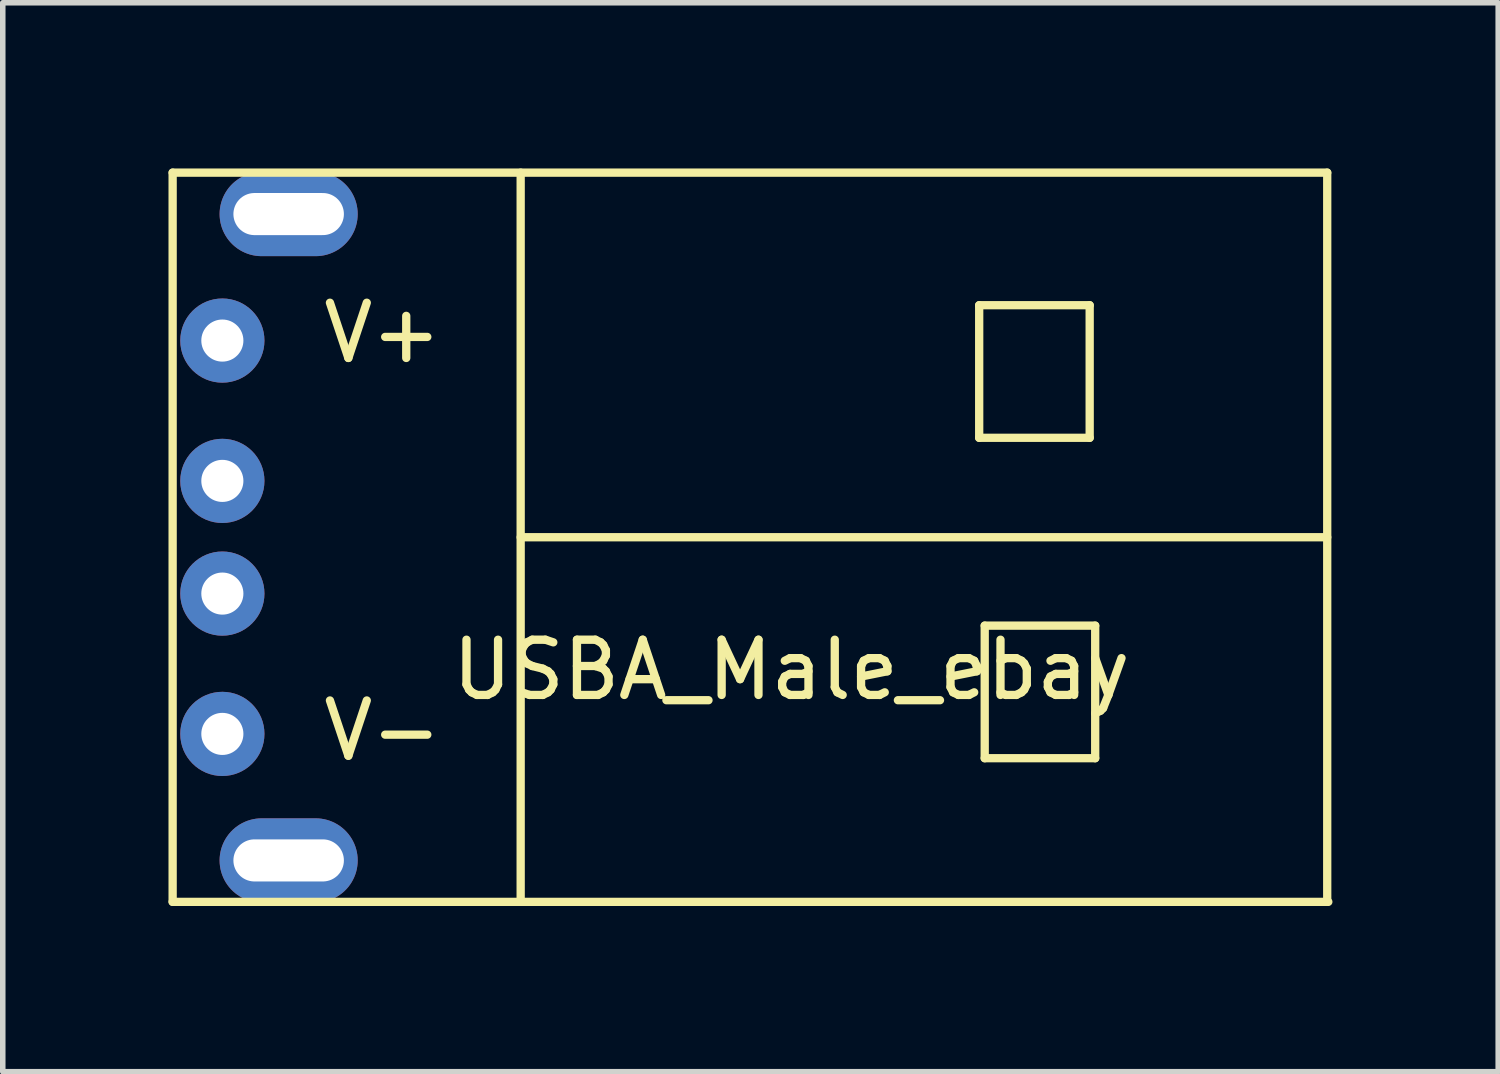
<source format=kicad_pcb>
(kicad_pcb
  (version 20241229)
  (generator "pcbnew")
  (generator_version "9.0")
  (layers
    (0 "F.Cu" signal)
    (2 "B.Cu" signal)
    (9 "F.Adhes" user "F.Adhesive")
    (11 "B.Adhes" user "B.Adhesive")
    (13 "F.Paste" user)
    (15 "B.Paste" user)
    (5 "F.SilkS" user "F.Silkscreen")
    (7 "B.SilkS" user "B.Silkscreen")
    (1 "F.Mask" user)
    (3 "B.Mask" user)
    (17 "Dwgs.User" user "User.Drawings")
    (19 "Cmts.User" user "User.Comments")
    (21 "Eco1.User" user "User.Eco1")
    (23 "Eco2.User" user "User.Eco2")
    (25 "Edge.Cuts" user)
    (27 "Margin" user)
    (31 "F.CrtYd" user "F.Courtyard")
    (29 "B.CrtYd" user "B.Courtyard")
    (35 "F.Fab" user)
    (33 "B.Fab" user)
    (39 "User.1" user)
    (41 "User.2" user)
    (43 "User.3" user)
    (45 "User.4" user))
  (footprint "USBA_Male_ebay"
    (layer "F.Cu")
    (at 0.975 0.475)
    (property "Reference" "USBA_Male_ebay" (at 10.3 8.6 0) (layer "F.SilkS") (effects (font (size 1 1) (thickness 0.15))))
    (attr through_hole)
    (fp_line (start -0.9 -0.4) (end -0.9 12.8) (stroke (width 0.15) (type solid)) (layer "F.SilkS"))
    (fp_line (start -0.9 -0.4) (end 20 -0.4) (stroke (width 0.15) (type solid)) (layer "F.SilkS"))
    (fp_line (start -0.9 12.8) (end 20.02 12.8) (stroke (width 0.15) (type solid)) (layer "F.SilkS"))
    (fp_line (start 5.4 -0.4) (end 5.4 12.8) (stroke (width 0.15) (type solid)) (layer "F.SilkS"))
    (fp_line (start 5.4 6.2) (end 20 6.2) (stroke (width 0.15) (type solid)) (layer "F.SilkS"))
    (fp_line (start 13.7 2) (end 13.7 4.4) (stroke (width 0.15) (type solid)) (layer "F.SilkS"))
    (fp_line (start 13.7 4.4) (end 15.7 4.4) (stroke (width 0.15) (type solid)) (layer "F.SilkS"))
    (fp_line (start 13.8 7.8) (end 13.8 10.2) (stroke (width 0.15) (type solid)) (layer "F.SilkS"))
    (fp_line (start 13.8 10.2) (end 15.8 10.2) (stroke (width 0.15) (type solid)) (layer "F.SilkS"))
    (fp_line (start 15.7 2) (end 13.7 2) (stroke (width 0.15) (type solid)) (layer "F.SilkS"))
    (fp_line (start 15.7 4.4) (end 15.7 2) (stroke (width 0.15) (type solid)) (layer "F.SilkS"))
    (fp_line (start 15.8 7.8) (end 13.8 7.8) (stroke (width 0.15) (type solid)) (layer "F.SilkS"))
    (fp_line (start 15.8 10.2) (end 15.8 7.8) (stroke (width 0.15) (type solid)) (layer "F.SilkS"))
    (fp_line (start 20 -0.4) (end 20 12.8) (stroke (width 0.15) (type solid)) (layer "F.SilkS"))
    (fp_text user "V+" (at 2.9 2.5 0) (layer "F.SilkS") (effects (font (size 1 1) (thickness 0.15))))
    (fp_text user "V-" (at 2.9 9.7 0) (layer "F.SilkS") (effects (font (size 1 1) (thickness 0.15))))
    (pad "1" thru_hole circle (at 0 2.64) (size 1.524 1.524) (drill 0.762) (layers "*.Cu" "*.Mask"))
    (pad "2" thru_hole circle (at 0 5.18) (size 1.524 1.524) (drill 0.762) (layers "*.Cu" "*.Mask"))
    (pad "3" thru_hole circle (at 0 7.22) (size 1.524 1.524) (drill 0.762) (layers "*.Cu" "*.Mask"))
    (pad "4" thru_hole circle (at 0 9.76 90) (size 1.524 1.524) (drill 0.762) (layers "*.Cu" "*.Mask"))
    (pad "5" thru_hole oval (at 1.2 0.35) (size 2.5 1.524) (drill oval 2 0.762) (layers "*.Cu" "*.Mask"))
    (pad "5" thru_hole oval (at 1.2 12.05) (size 2.5 1.524) (drill oval 2 0.762) (layers "*.Cu" "*.Mask")))
  (gr_rect
    (start -3 -3)
    (end 24.07 16.35)
    (stroke (width 0.1) (type default))
    (fill no)
    (layer "Edge.Cuts")))
</source>
